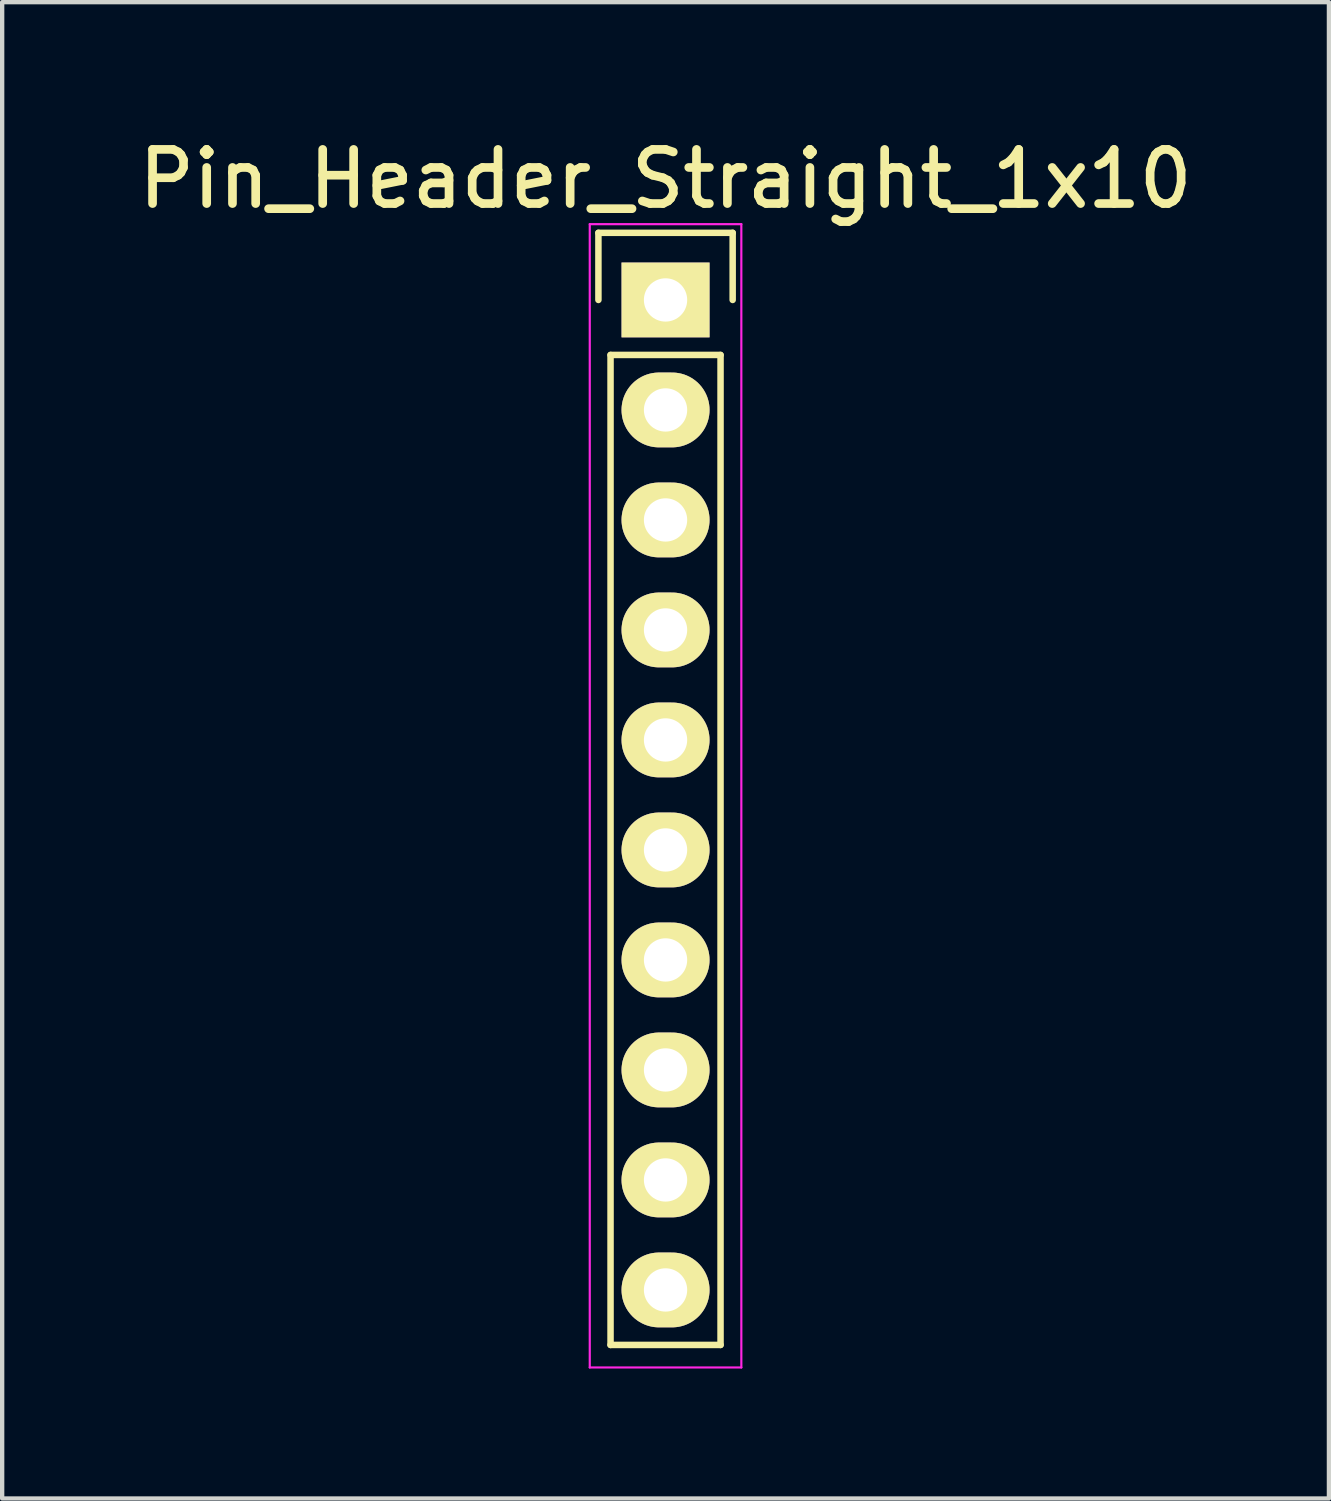
<source format=kicad_pcb>
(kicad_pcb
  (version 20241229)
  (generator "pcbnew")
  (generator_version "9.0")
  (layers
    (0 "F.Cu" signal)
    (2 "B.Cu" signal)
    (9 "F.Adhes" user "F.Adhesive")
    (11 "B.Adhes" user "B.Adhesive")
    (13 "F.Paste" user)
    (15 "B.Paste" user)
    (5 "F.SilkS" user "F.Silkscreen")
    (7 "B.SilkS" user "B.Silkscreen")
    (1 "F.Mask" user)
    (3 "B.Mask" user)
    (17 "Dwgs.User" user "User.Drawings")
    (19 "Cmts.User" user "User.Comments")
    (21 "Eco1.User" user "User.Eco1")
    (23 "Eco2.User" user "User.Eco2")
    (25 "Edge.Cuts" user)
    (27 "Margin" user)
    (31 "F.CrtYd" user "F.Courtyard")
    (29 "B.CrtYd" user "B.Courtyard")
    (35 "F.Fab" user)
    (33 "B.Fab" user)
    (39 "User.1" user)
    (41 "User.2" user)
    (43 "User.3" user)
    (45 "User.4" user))
  (footprint "Pin_Header_Straight_1x10"
    (layer "F.Cu")
    (at 12.318 3.876)
    (property "Reference" "Pin_Header_Straight_1x10" (at 0 -2.794 0) (layer "F.SilkS") (effects (font (size 1.25 1.25) (thickness 0.2))))
    (attr through_hole)
    (fp_line (start -1.55 -1.55) (end 1.55 -1.55) (stroke (width 0.15) (type solid)) (layer "F.SilkS"))
    (fp_line (start -1.55 0) (end -1.55 -1.55) (stroke (width 0.15) (type solid)) (layer "F.SilkS"))
    (fp_line (start -1.27 24.13) (end -1.27 1.27) (stroke (width 0.15) (type solid)) (layer "F.SilkS"))
    (fp_line (start 1.27 1.27) (end -1.27 1.27) (stroke (width 0.15) (type solid)) (layer "F.SilkS"))
    (fp_line (start 1.27 1.27) (end 1.27 24.13) (stroke (width 0.15) (type solid)) (layer "F.SilkS"))
    (fp_line (start 1.27 24.13) (end -1.27 24.13) (stroke (width 0.15) (type solid)) (layer "F.SilkS"))
    (fp_line (start 1.55 -1.55) (end 1.55 0) (stroke (width 0.15) (type solid)) (layer "F.SilkS"))
    (fp_line (start -1.75 -1.75) (end -1.75 24.65) (stroke (width 0.05) (type solid)) (layer "F.CrtYd"))
    (fp_line (start -1.75 -1.75) (end 1.75 -1.75) (stroke (width 0.05) (type solid)) (layer "F.CrtYd"))
    (fp_line (start -1.75 24.65) (end 1.75 24.65) (stroke (width 0.05) (type solid)) (layer "F.CrtYd"))
    (fp_line (start 1.75 -1.75) (end 1.75 24.65) (stroke (width 0.05) (type solid)) (layer "F.CrtYd"))
    (pad "1" thru_hole rect (at 0 0) (size 2.032 1.727) (drill 1) (layers "*.Cu" "*.Mask" "F.SilkS"))
    (pad "2" thru_hole oval (at 0 2.54) (size 2.032 1.727) (drill 1) (layers "*.Cu" "*.Mask" "F.SilkS"))
    (pad "3" thru_hole oval (at 0 5.08) (size 2.032 1.727) (drill 1) (layers "*.Cu" "*.Mask" "F.SilkS"))
    (pad "4" thru_hole oval (at 0 7.62) (size 2.032 1.727) (drill 1) (layers "*.Cu" "*.Mask" "F.SilkS"))
    (pad "5" thru_hole oval (at 0 10.16) (size 2.032 1.727) (drill 1) (layers "*.Cu" "*.Mask" "F.SilkS"))
    (pad "6" thru_hole oval (at 0 12.7) (size 2.032 1.727) (drill 1) (layers "*.Cu" "*.Mask" "F.SilkS"))
    (pad "7" thru_hole oval (at 0 15.24) (size 2.032 1.727) (drill 1) (layers "*.Cu" "*.Mask" "F.SilkS"))
    (pad "8" thru_hole oval (at 0 17.78) (size 2.032 1.727) (drill 1) (layers "*.Cu" "*.Mask" "F.SilkS"))
    (pad "9" thru_hole oval (at 0 20.32) (size 2.032 1.727) (drill 1) (layers "*.Cu" "*.Mask" "F.SilkS"))
    (pad "10" thru_hole oval (at 0 22.86) (size 2.032 1.727) (drill 1) (layers "*.Cu" "*.Mask" "F.SilkS")))
  (gr_rect
    (start -3 -3)
    (end 27.636 31.551)
    (stroke (width 0.1) (type default))
    (fill no)
    (layer "Edge.Cuts")))
</source>
